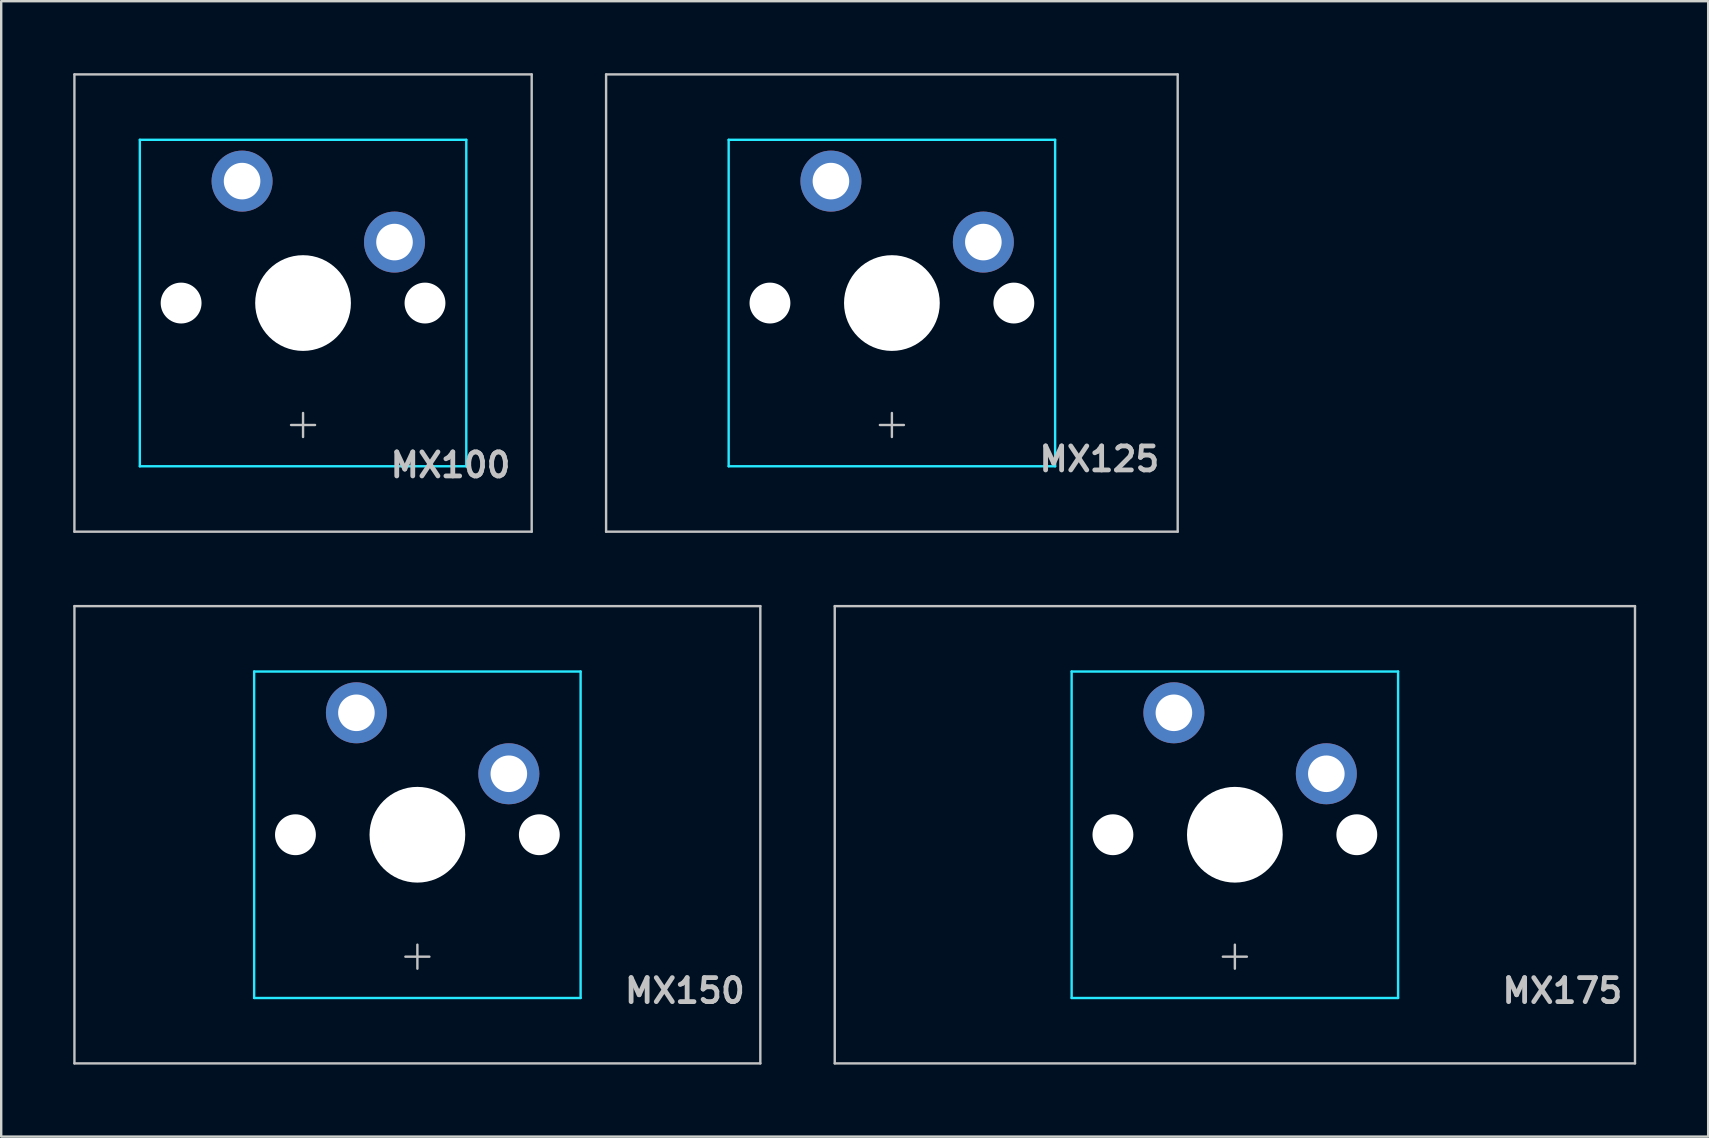
<source format=kicad_pcb>
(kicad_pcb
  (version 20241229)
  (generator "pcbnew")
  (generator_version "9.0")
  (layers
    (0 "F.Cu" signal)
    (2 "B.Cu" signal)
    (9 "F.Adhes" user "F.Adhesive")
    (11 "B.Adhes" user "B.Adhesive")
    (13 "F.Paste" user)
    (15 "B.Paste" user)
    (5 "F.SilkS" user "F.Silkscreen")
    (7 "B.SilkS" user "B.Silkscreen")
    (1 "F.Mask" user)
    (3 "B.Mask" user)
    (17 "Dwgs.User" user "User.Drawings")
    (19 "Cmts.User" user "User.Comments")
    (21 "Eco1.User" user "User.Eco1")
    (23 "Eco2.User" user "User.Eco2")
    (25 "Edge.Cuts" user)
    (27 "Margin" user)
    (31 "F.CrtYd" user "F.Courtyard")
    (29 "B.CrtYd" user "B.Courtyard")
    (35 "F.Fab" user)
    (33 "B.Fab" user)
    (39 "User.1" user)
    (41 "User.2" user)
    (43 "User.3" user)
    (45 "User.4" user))
  (footprint "MX175"
    (layer "F.Cu")
    (at 48.394 31.725)
    (property "Reference" "MX175" (at 16.25 6.5 0) (layer "Dwgs.User") (effects (font (size 1 1) (thickness 0.2)) (justify right)))
    (attr through_hole)
    (fp_circle (center -2.54 -5.08) (end -2.032 -5.08) (stroke (width 0.12) (type solid)) (fill no) (layer "F.Mask"))
    (fp_line (start -16.669 -9.525) (end -16.669 9.525) (stroke (width 0.1) (type solid)) (layer "Dwgs.User"))
    (fp_line (start -16.669 -9.525) (end 16.669 -9.525) (stroke (width 0.1) (type solid)) (layer "Dwgs.User"))
    (fp_line (start -16.669 9.525) (end 16.669 9.525) (stroke (width 0.1) (type solid)) (layer "Dwgs.User"))
    (fp_line (start -0.5 5.08) (end 0.5 5.08) (stroke (width 0.1) (type solid)) (layer "Dwgs.User"))
    (fp_line (start 0 4.58) (end 0 5.58) (stroke (width 0.1) (type solid)) (layer "Dwgs.User"))
    (fp_line (start 16.669 -9.525) (end 16.669 9.525) (stroke (width 0.1) (type solid)) (layer "Dwgs.User"))
    (fp_line (start -7 -6.5) (end -7 6.5) (stroke (width 0.1) (type solid)) (layer "Eco1.User"))
    (fp_line (start -6.5 7) (end 6.5 7) (stroke (width 0.1) (type solid)) (layer "Eco1.User"))
    (fp_line (start 6.5 -7) (end -6.5 -7) (stroke (width 0.1) (type solid)) (layer "Eco1.User"))
    (fp_line (start 7 6.5) (end 7 -6.5) (stroke (width 0.1) (type solid)) (layer "Eco1.User"))
    (fp_arc (start -7 -6.5) (mid -6.853553 -6.853553) (end -6.5 -7) (stroke (width 0.1) (type solid)) (layer "Eco1.User"))
    (fp_arc (start -6.5 7) (mid -6.853553 6.853553) (end -7 6.5) (stroke (width 0.1) (type solid)) (layer "Eco1.User"))
    (fp_arc (start 6.5 -7) (mid 6.853553 -6.853553) (end 7 -6.5) (stroke (width 0.1) (type solid)) (layer "Eco1.User"))
    (fp_arc (start 7 6.5) (mid 6.853553 6.853553) (end 6.5 7) (stroke (width 0.1) (type solid)) (layer "Eco1.User"))
    (fp_line (start -6.8 -6.8) (end 6.8 -6.8) (stroke (width 0.1) (type solid)) (layer "B.CrtYd"))
    (fp_line (start -6.8 6.8) (end -6.8 -6.8) (stroke (width 0.1) (type solid)) (layer "B.CrtYd"))
    (fp_line (start -6.8 6.8) (end 6.8 6.8) (stroke (width 0.1) (type solid)) (layer "B.CrtYd"))
    (fp_line (start 6.8 6.8) (end 6.8 -6.8) (stroke (width 0.1) (type solid)) (layer "B.CrtYd"))
    (pad "" np_thru_hole circle (at -5.08 0) (size 1.702 1.702) (drill 1.702) (layers "*.Cu" "*.Mask"))
    (pad "" connect circle (at -2.54 -5.08) (size 1.524 1.524) (layers "B.Mask"))
    (pad "" np_thru_hole circle (at 0 0) (size 3.988 3.988) (drill 3.988) (layers "*.Cu" "*.Mask"))
    (pad "" connect circle (at 3.81 -2.54) (size 1.524 1.524) (layers "B.Mask"))
    (pad "" np_thru_hole circle (at 5.08 0) (size 1.702 1.702) (drill 1.702) (layers "*.Cu" "*.Mask"))
    (pad "1" thru_hole circle (at -2.54 -5.08) (size 2.54 2.54) (drill 1.524) (layers "*.Cu" "F.Mask"))
    (pad "2" thru_hole circle (at 3.81 -2.54) (size 2.54 2.54) (drill 1.524) (layers "*.Cu" "F.Mask")))
  (footprint "MX150"
    (layer "F.Cu")
    (at 14.338 31.725)
    (property "Reference" "MX150" (at 13.75 6.5 0) (layer "Dwgs.User") (effects (font (size 1 1) (thickness 0.2)) (justify right)))
    (attr through_hole)
    (fp_line (start -14.287 -9.525) (end -14.287 9.525) (stroke (width 0.1) (type solid)) (layer "Dwgs.User"))
    (fp_line (start -14.287 -9.525) (end 14.287 -9.525) (stroke (width 0.1) (type solid)) (layer "Dwgs.User"))
    (fp_line (start -14.287 9.525) (end 14.287 9.525) (stroke (width 0.1) (type solid)) (layer "Dwgs.User"))
    (fp_line (start 0 5.58) (end 0 4.58) (stroke (width 0.1) (type solid)) (layer "Dwgs.User"))
    (fp_line (start 0.5 5.08) (end -0.5 5.08) (stroke (width 0.1) (type solid)) (layer "Dwgs.User"))
    (fp_line (start 14.287 -9.525) (end 14.287 9.525) (stroke (width 0.1) (type solid)) (layer "Dwgs.User"))
    (fp_line (start -7 -6.5) (end -7 6.5) (stroke (width 0.1) (type solid)) (layer "Eco1.User"))
    (fp_line (start -6.5 7) (end 6.5 7) (stroke (width 0.1) (type solid)) (layer "Eco1.User"))
    (fp_line (start 6.5 -7) (end -6.5 -7) (stroke (width 0.1) (type solid)) (layer "Eco1.User"))
    (fp_line (start 7 6.5) (end 7 -6.5) (stroke (width 0.1) (type solid)) (layer "Eco1.User"))
    (fp_arc (start -7 -6.5) (mid -6.853553 -6.853553) (end -6.5 -7) (stroke (width 0.1) (type solid)) (layer "Eco1.User"))
    (fp_arc (start -6.5 7) (mid -6.853553 6.853553) (end -7 6.5) (stroke (width 0.1) (type solid)) (layer "Eco1.User"))
    (fp_arc (start 6.5 -7) (mid 6.853553 -6.853553) (end 7 -6.5) (stroke (width 0.1) (type solid)) (layer "Eco1.User"))
    (fp_arc (start 7 6.5) (mid 6.853553 6.853553) (end 6.5 7) (stroke (width 0.1) (type solid)) (layer "Eco1.User"))
    (fp_line (start -6.8 -6.8) (end 6.8 -6.8) (stroke (width 0.1) (type solid)) (layer "B.CrtYd"))
    (fp_line (start -6.8 6.8) (end -6.8 -6.8) (stroke (width 0.1) (type solid)) (layer "B.CrtYd"))
    (fp_line (start -6.8 6.8) (end 6.8 6.8) (stroke (width 0.1) (type solid)) (layer "B.CrtYd"))
    (fp_line (start 6.8 6.8) (end 6.8 -6.8) (stroke (width 0.1) (type solid)) (layer "B.CrtYd"))
    (pad "" np_thru_hole circle (at -5.08 0) (size 1.702 1.702) (drill 1.702) (layers "*.Cu" "*.Mask"))
    (pad "" connect circle (at -2.54 -5.08) (size 1.524 1.524) (layers "B.Mask"))
    (pad "" np_thru_hole circle (at 0 0) (size 3.988 3.988) (drill 3.988) (layers "*.Cu" "*.Mask"))
    (pad "" connect circle (at 3.81 -2.54) (size 1.524 1.524) (layers "B.Mask"))
    (pad "" np_thru_hole circle (at 5.08 0) (size 1.702 1.702) (drill 1.702) (layers "*.Cu" "*.Mask"))
    (pad "1" thru_hole circle (at -2.54 -5.08) (size 2.54 2.54) (drill 1.524) (layers "*.Cu" "F.Mask"))
    (pad "2" thru_hole circle (at 3.81 -2.54) (size 2.54 2.54) (drill 1.524) (layers "*.Cu" "F.Mask")))
  (footprint "MX125"
    (layer "F.Cu")
    (at 34.106 9.575)
    (property "Reference" "MX125" (at 11.25 6.5 0) (layer "Dwgs.User") (effects (font (size 1 1) (thickness 0.2)) (justify right)))
    (attr through_hole)
    (fp_line (start -11.906 -9.525) (end -11.906 9.525) (stroke (width 0.1) (type solid)) (layer "Dwgs.User"))
    (fp_line (start -11.906 -9.525) (end 11.906 -9.525) (stroke (width 0.1) (type solid)) (layer "Dwgs.User"))
    (fp_line (start -11.906 9.525) (end 11.906 9.525) (stroke (width 0.1) (type solid)) (layer "Dwgs.User"))
    (fp_line (start -0.5 5.08) (end 0.5 5.08) (stroke (width 0.1) (type solid)) (layer "Dwgs.User"))
    (fp_line (start 0 4.58) (end 0 5.58) (stroke (width 0.1) (type solid)) (layer "Dwgs.User"))
    (fp_line (start 11.906 -9.525) (end 11.906 9.525) (stroke (width 0.1) (type solid)) (layer "Dwgs.User"))
    (fp_line (start -7 -6.5) (end -7 6.5) (stroke (width 0.1) (type solid)) (layer "Eco1.User"))
    (fp_line (start -6.5 7) (end 6.5 7) (stroke (width 0.1) (type solid)) (layer "Eco1.User"))
    (fp_line (start 6.5 -7) (end -6.5 -7) (stroke (width 0.1) (type solid)) (layer "Eco1.User"))
    (fp_line (start 7 6.5) (end 7 -6.5) (stroke (width 0.1) (type solid)) (layer "Eco1.User"))
    (fp_arc (start -7 -6.5) (mid -6.853553 -6.853553) (end -6.5 -7) (stroke (width 0.1) (type solid)) (layer "Eco1.User"))
    (fp_arc (start -6.5 7) (mid -6.853553 6.853553) (end -7 6.5) (stroke (width 0.1) (type solid)) (layer "Eco1.User"))
    (fp_arc (start 6.5 -7) (mid 6.853553 -6.853553) (end 7 -6.5) (stroke (width 0.1) (type solid)) (layer "Eco1.User"))
    (fp_arc (start 7 6.5) (mid 6.853553 6.853553) (end 6.5 7) (stroke (width 0.1) (type solid)) (layer "Eco1.User"))
    (fp_line (start -6.8 -6.8) (end -6.8 6.8) (stroke (width 0.1) (type solid)) (layer "B.CrtYd"))
    (fp_line (start -6.8 -6.8) (end 6.8 -6.8) (stroke (width 0.1) (type solid)) (layer "B.CrtYd"))
    (fp_line (start -6.8 6.8) (end 6.8 6.8) (stroke (width 0.1) (type solid)) (layer "B.CrtYd"))
    (fp_line (start 6.8 6.8) (end 6.8 -6.8) (stroke (width 0.1) (type solid)) (layer "B.CrtYd"))
    (pad "" np_thru_hole circle (at -5.08 0) (size 1.702 1.702) (drill 1.702) (layers "*.Cu" "*.Mask"))
    (pad "" connect circle (at -2.54 -5.08) (size 1.524 1.524) (layers "B.Mask"))
    (pad "" np_thru_hole circle (at 0 0) (size 3.988 3.988) (drill 3.988) (layers "*.Cu" "*.Mask"))
    (pad "" connect circle (at 3.81 -2.54) (size 1.524 1.524) (layers "B.Mask"))
    (pad "" np_thru_hole circle (at 5.08 0) (size 1.702 1.702) (drill 1.702) (layers "*.Cu" "*.Mask"))
    (pad "1" thru_hole circle (at -2.54 -5.08) (size 2.54 2.54) (drill 1.524) (layers "*.Cu" "F.Mask"))
    (pad "2" thru_hole circle (at 3.81 -2.54) (size 2.54 2.54) (drill 1.524) (layers "*.Cu" "F.Mask")))
  (footprint "MX100"
    (layer "F.Cu")
    (at 9.575 9.575)
    (property "Reference" "MX100" (at 8.75 6.75 0) (layer "Dwgs.User") (effects (font (size 1 1) (thickness 0.2)) (justify right)))
    (attr through_hole)
    (fp_circle (center 3.81 -2.54) (end 4.318 -2.54) (stroke (width 0.12) (type solid)) (fill no) (layer "F.Mask"))
    (fp_line (start -9.525 -9.525) (end 9.525 -9.525) (stroke (width 0.1) (type solid)) (layer "Dwgs.User"))
    (fp_line (start -9.525 9.525) (end -9.525 -9.525) (stroke (width 0.1) (type solid)) (layer "Dwgs.User"))
    (fp_line (start -0.5 5.08) (end 0.5 5.08) (stroke (width 0.1) (type solid)) (layer "Dwgs.User"))
    (fp_line (start 0 4.58) (end 0 5.58) (stroke (width 0.1) (type solid)) (layer "Dwgs.User"))
    (fp_line (start 9.525 -9.525) (end 9.525 9.525) (stroke (width 0.1) (type solid)) (layer "Dwgs.User"))
    (fp_line (start 9.525 9.525) (end -9.525 9.525) (stroke (width 0.1) (type solid)) (layer "Dwgs.User"))
    (fp_line (start -7 -6.5) (end -7 6.5) (stroke (width 0.1) (type solid)) (layer "Eco1.User"))
    (fp_line (start -6.5 7) (end 6.5 7) (stroke (width 0.1) (type solid)) (layer "Eco1.User"))
    (fp_line (start 6.5 -7) (end -6.5 -7) (stroke (width 0.1) (type solid)) (layer "Eco1.User"))
    (fp_line (start 7 6.5) (end 7 -6.5) (stroke (width 0.1) (type solid)) (layer "Eco1.User"))
    (fp_arc (start -7 -6.5) (mid -6.853553 -6.853553) (end -6.5 -7) (stroke (width 0.1) (type solid)) (layer "Eco1.User"))
    (fp_arc (start -6.5 7) (mid -6.853553 6.853553) (end -7 6.5) (stroke (width 0.1) (type solid)) (layer "Eco1.User"))
    (fp_arc (start 6.5 -7) (mid 6.853553 -6.853553) (end 7 -6.5) (stroke (width 0.1) (type solid)) (layer "Eco1.User"))
    (fp_arc (start 7 6.5) (mid 6.853553 6.853553) (end 6.5 7) (stroke (width 0.1) (type solid)) (layer "Eco1.User"))
    (fp_line (start -6.8 -6.8) (end -6.8 6.8) (stroke (width 0.1) (type solid)) (layer "B.CrtYd"))
    (fp_line (start -6.8 -6.8) (end 6.8 -6.8) (stroke (width 0.1) (type solid)) (layer "B.CrtYd"))
    (fp_line (start -6.8 6.8) (end 6.8 6.8) (stroke (width 0.1) (type solid)) (layer "B.CrtYd"))
    (fp_line (start 6.8 -6.8) (end 6.8 6.8) (stroke (width 0.1) (type solid)) (layer "B.CrtYd"))
    (pad "" np_thru_hole circle (at -5.08 0) (size 1.702 1.702) (drill 1.702) (layers "*.Cu" "*.Mask"))
    (pad "" connect circle (at -2.54 -5.08) (size 1.524 1.524) (layers "B.Mask"))
    (pad "" np_thru_hole circle (at 0 0) (size 3.988 3.988) (drill 3.988) (layers "*.Cu" "*.Mask"))
    (pad "" connect circle (at 3.81 -2.54) (size 1.524 1.524) (layers "B.Mask"))
    (pad "" np_thru_hole circle (at 5.08 0) (size 1.702 1.702) (drill 1.702) (layers "*.Cu" "*.Mask"))
    (pad "1" thru_hole circle (at -2.54 -5.08) (size 2.54 2.54) (drill 1.524) (layers "*.Cu" "F.Mask"))
    (pad "2" thru_hole circle (at 3.81 -2.54 90) (size 2.54 2.54) (drill 1.524) (layers "*.Cu" "F.Mask")))
  (gr_rect
    (start -3 -3)
    (end 68.112 44.3)
    (stroke (width 0.1) (type default))
    (fill no)
    (layer "Edge.Cuts")))
</source>
